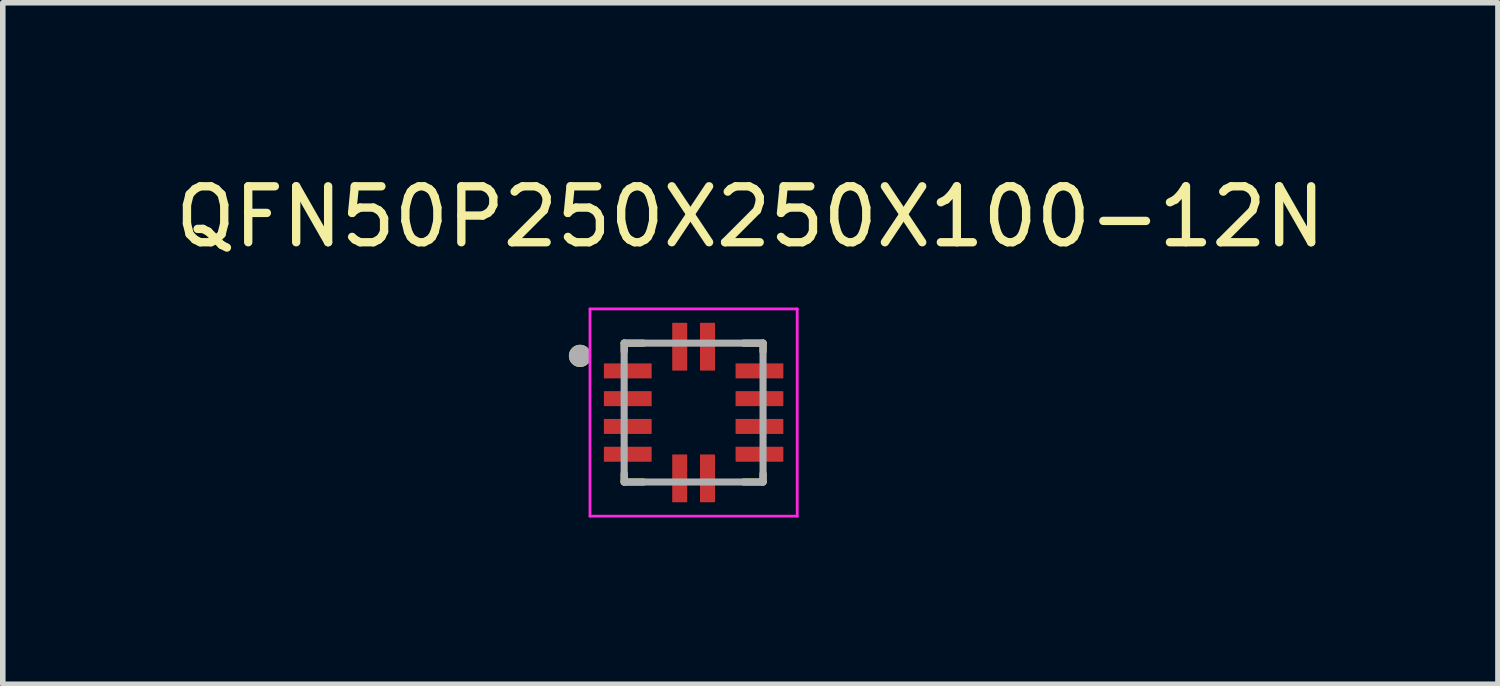
<source format=kicad_pcb>
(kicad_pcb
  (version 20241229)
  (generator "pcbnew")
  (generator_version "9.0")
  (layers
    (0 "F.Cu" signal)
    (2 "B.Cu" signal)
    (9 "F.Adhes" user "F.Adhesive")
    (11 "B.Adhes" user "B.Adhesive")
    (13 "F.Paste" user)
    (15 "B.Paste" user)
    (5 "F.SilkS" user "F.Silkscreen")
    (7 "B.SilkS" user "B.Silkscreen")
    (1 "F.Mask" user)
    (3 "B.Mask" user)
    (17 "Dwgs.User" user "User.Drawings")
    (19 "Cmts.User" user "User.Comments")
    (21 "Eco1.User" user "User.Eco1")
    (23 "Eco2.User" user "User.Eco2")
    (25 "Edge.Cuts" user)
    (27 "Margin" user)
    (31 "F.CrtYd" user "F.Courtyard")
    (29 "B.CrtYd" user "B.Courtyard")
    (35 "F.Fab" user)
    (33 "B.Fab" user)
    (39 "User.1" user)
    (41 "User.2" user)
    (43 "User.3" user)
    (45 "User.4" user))
  (footprint "QFN50P250X250X100-12N"
    (layer "F.Cu")
    (at 9.435 4.376)
    (property "Reference" "QFN50P250X250X100-12N" (at 1.022 -3.524 0) (layer "F.SilkS") (effects (font (size 1.007 1.007) (thickness 0.15))))
    (attr smd)
    (fp_line (start -1.25 -1.25) (end -1.25 -1.1) (stroke (width 0.127) (type solid)) (layer "F.SilkS"))
    (fp_line (start -1.25 -1.25) (end -0.9 -1.25) (stroke (width 0.127) (type solid)) (layer "F.SilkS"))
    (fp_line (start -1.25 1.25) (end -1.25 1.1) (stroke (width 0.127) (type solid)) (layer "F.SilkS"))
    (fp_line (start -1.25 1.25) (end -0.9 1.25) (stroke (width 0.127) (type solid)) (layer "F.SilkS"))
    (fp_line (start 1.25 -1.25) (end 0.9 -1.25) (stroke (width 0.127) (type solid)) (layer "F.SilkS"))
    (fp_line (start 1.25 -1.25) (end 1.25 -1.1) (stroke (width 0.127) (type solid)) (layer "F.SilkS"))
    (fp_line (start 1.25 1.25) (end 0.9 1.25) (stroke (width 0.127) (type solid)) (layer "F.SilkS"))
    (fp_line (start 1.25 1.25) (end 1.25 1.1) (stroke (width 0.127) (type solid)) (layer "F.SilkS"))
    (fp_circle (center -2.045 -1.02) (end -1.945 -1.02) (stroke (width 0.2) (type solid)) (fill no) (layer "F.SilkS"))
    (fp_line (start -1.865 -1.865) (end 1.865 -1.865) (stroke (width 0.05) (type solid)) (layer "F.CrtYd"))
    (fp_line (start -1.865 1.865) (end -1.865 -1.865) (stroke (width 0.05) (type solid)) (layer "F.CrtYd"))
    (fp_line (start -1.865 1.865) (end 1.865 1.865) (stroke (width 0.05) (type solid)) (layer "F.CrtYd"))
    (fp_line (start 1.865 1.865) (end 1.865 -1.865) (stroke (width 0.05) (type solid)) (layer "F.CrtYd"))
    (fp_line (start -1.25 1.25) (end -1.25 -1.25) (stroke (width 0.127) (type solid)) (layer "F.Fab"))
    (fp_line (start 1.25 -1.25) (end -1.25 -1.25) (stroke (width 0.127) (type solid)) (layer "F.Fab"))
    (fp_line (start 1.25 1.25) (end -1.25 1.25) (stroke (width 0.127) (type solid)) (layer "F.Fab"))
    (fp_line (start 1.25 1.25) (end 1.25 -1.25) (stroke (width 0.127) (type solid)) (layer "F.Fab"))
    (fp_circle (center -2.045 -1.02) (end -1.945 -1.02) (stroke (width 0.2) (type solid)) (fill no) (layer "F.Fab"))
    (pad "1" smd roundrect (at -1.185 -0.75) (size 0.86 0.27) (layers "F.Cu" "F.Mask" "F.Paste") (roundrect_rratio 0.03))
    (pad "2" smd roundrect (at -1.185 -0.25) (size 0.86 0.27) (layers "F.Cu" "F.Mask" "F.Paste") (roundrect_rratio 0.03))
    (pad "3" smd roundrect (at -1.185 0.25) (size 0.86 0.27) (layers "F.Cu" "F.Mask" "F.Paste") (roundrect_rratio 0.03))
    (pad "4" smd roundrect (at -1.185 0.75) (size 0.86 0.27) (layers "F.Cu" "F.Mask" "F.Paste") (roundrect_rratio 0.03))
    (pad "5" smd roundrect (at -0.25 1.185 90) (size 0.86 0.27) (layers "F.Cu" "F.Mask" "F.Paste") (roundrect_rratio 0.03))
    (pad "6" smd roundrect (at 0.25 1.185 90) (size 0.86 0.27) (layers "F.Cu" "F.Mask" "F.Paste") (roundrect_rratio 0.03))
    (pad "7" smd roundrect (at 1.185 0.75) (size 0.86 0.27) (layers "F.Cu" "F.Mask" "F.Paste") (roundrect_rratio 0.03))
    (pad "8" smd roundrect (at 1.185 0.25) (size 0.86 0.27) (layers "F.Cu" "F.Mask" "F.Paste") (roundrect_rratio 0.03))
    (pad "9" smd roundrect (at 1.185 -0.25) (size 0.86 0.27) (layers "F.Cu" "F.Mask" "F.Paste") (roundrect_rratio 0.03))
    (pad "10" smd roundrect (at 1.185 -0.75) (size 0.86 0.27) (layers "F.Cu" "F.Mask" "F.Paste") (roundrect_rratio 0.03))
    (pad "11" smd roundrect (at 0.25 -1.185 90) (size 0.86 0.27) (layers "F.Cu" "F.Mask" "F.Paste") (roundrect_rratio 0.03))
    (pad "12" smd roundrect (at -0.25 -1.185 90) (size 0.86 0.27) (layers "F.Cu" "F.Mask" "F.Paste") (roundrect_rratio 0.03)))
  (gr_rect
    (start -3 -3)
    (end 23.913 9.266)
    (stroke (width 0.1) (type default))
    (fill no)
    (layer "Edge.Cuts")))
</source>
